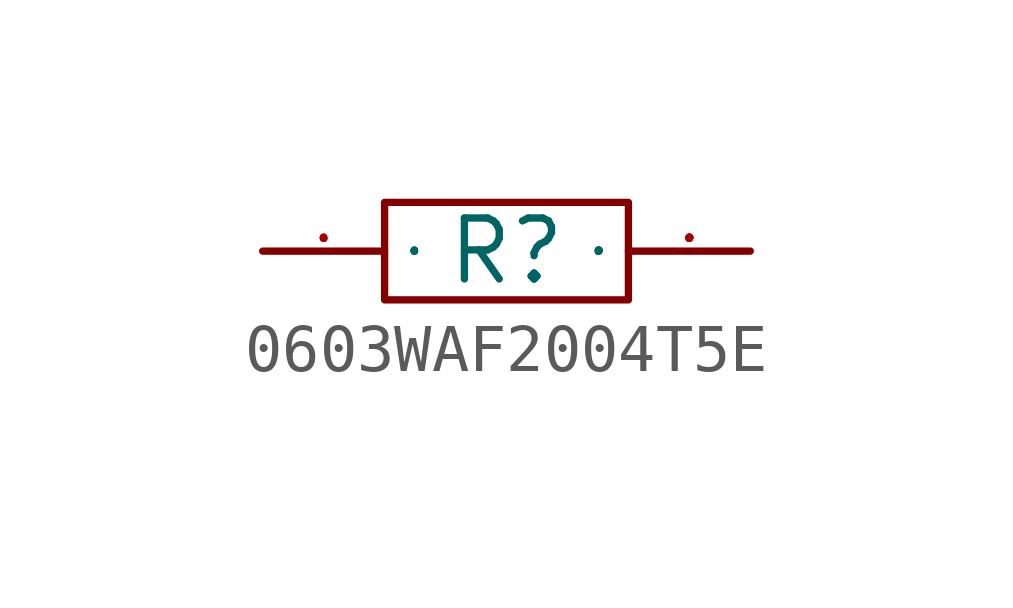
<source format=kicad_sym>
(kicad_symbol_lib
  (version 20241209)
  (generator "kicad_symbol_editor")
  (generator_version "9.0")
  (symbol "0603WAF2004T5E"
    (property "Reference" "R"
      (at 0 0 0)
      (effects (font (size 1.27 1.27))))
    (symbol "0603WAF2004T5E_1_0"
      (rectangle (start -2.54 1.016) (end 2.54 -1.016) (stroke (width 0) (type default)) (fill (type none)))
      (pin input line (at -5.08 0 0) (length 2.54) (name "1" (effects (font (size 0.025 0.025)))) (number "1" (effects (font (size 0.025 0.025)))))
      (pin input line (at 5.08 0 180) (length 2.54) (name "2" (effects (font (size 0.025 0.025)))) (number "2" (effects (font (size 0.025 0.025))))))))
</source>
